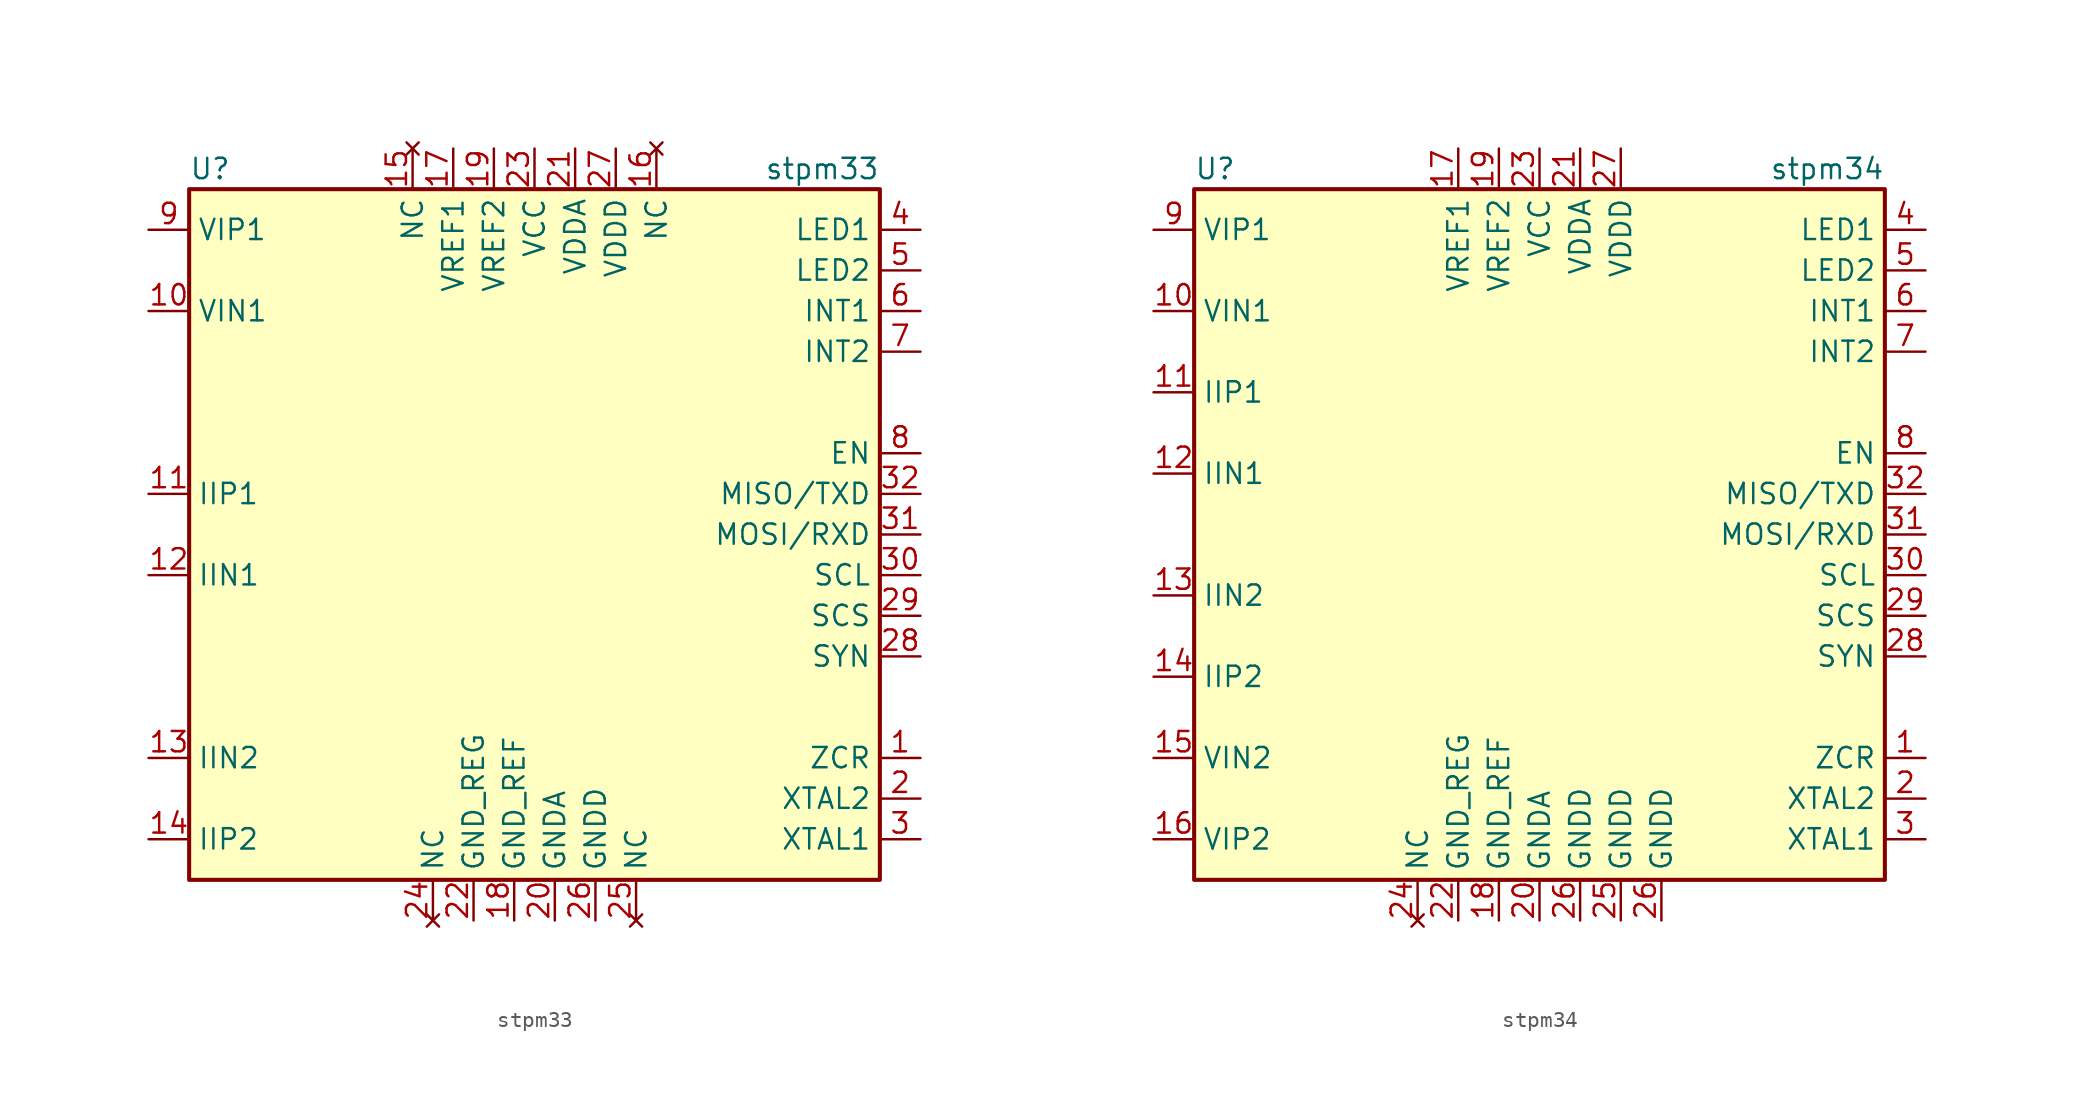
<source format=kicad_sym>
(kicad_symbol_lib
  (version 20201005)
  (generator kicad_symbol_editor)
  (symbol "stpm33"
    (property "Reference" "U"
      (at -21.59 22.86 0)
      (effects (font (size 1.27 1.27)) (justify left)))
    (property "Value" "stpm33"
      (at 21.59 22.86 0)
      (effects (font (size 1.27 1.27)) (justify right)))
    (symbol "stpm33_0_0"
      (rectangle (start -21.59 21.59) (end 21.59 -21.59) (stroke (width 0.254)) (fill (type background))))
    (symbol "stpm33_1_1"
      (pin input line (at 24.13 -13.97 180) (length 2.54) (name "ZCR" (effects (font (size 1.27 1.27)))) (number "1" (effects (font (size 1.27 1.27)))))
      (pin input line (at -24.13 13.97 0) (length 2.54) (name "VIN1" (effects (font (size 1.27 1.27)))) (number "10" (effects (font (size 1.27 1.27)))))
      (pin input line (at -24.13 2.54 0) (length 2.54) (name "IIP1" (effects (font (size 1.27 1.27)))) (number "11" (effects (font (size 1.27 1.27)))))
      (pin input line (at -24.13 -2.54 0) (length 2.54) (name "IIN1" (effects (font (size 1.27 1.27)))) (number "12" (effects (font (size 1.27 1.27)))))
      (pin input line (at -24.13 -13.97 0) (length 2.54) (name "IIN2" (effects (font (size 1.27 1.27)))) (number "13" (effects (font (size 1.27 1.27)))))
      (pin input line (at -24.13 -19.05 0) (length 2.54) (name "IIP2" (effects (font (size 1.27 1.27)))) (number "14" (effects (font (size 1.27 1.27)))))
      (pin no_connect line (at -7.62 24.13 270) (length 2.54) (name "NC" (effects (font (size 1.27 1.27)))) (number "15" (effects (font (size 1.27 1.27)))))
      (pin no_connect line (at 7.62 24.13 270) (length 2.54) (name "NC" (effects (font (size 1.27 1.27)))) (number "16" (effects (font (size 1.27 1.27)))))
      (pin input line (at -5.08 24.13 270) (length 2.54) (name "VREF1" (effects (font (size 1.27 1.27)))) (number "17" (effects (font (size 1.27 1.27)))))
      (pin power_out line (at -1.27 -24.13 90) (length 2.54) (name "GND_REF" (effects (font (size 1.27 1.27)))) (number "18" (effects (font (size 1.27 1.27)))))
      (pin input line (at -2.54 24.13 270) (length 2.54) (name "VREF2" (effects (font (size 1.27 1.27)))) (number "19" (effects (font (size 1.27 1.27)))))
      (pin input line (at 24.13 -16.51 180) (length 2.54) (name "XTAL2" (effects (font (size 1.27 1.27)))) (number "2" (effects (font (size 1.27 1.27)))))
      (pin power_out line (at 1.27 -24.13 90) (length 2.54) (name "GNDA" (effects (font (size 1.27 1.27)))) (number "20" (effects (font (size 1.27 1.27)))))
      (pin power_in line (at 2.54 24.13 270) (length 2.54) (name "VDDA" (effects (font (size 1.27 1.27)))) (number "21" (effects (font (size 1.27 1.27)))))
      (pin power_out line (at -3.81 -24.13 90) (length 2.54) (name "GND_REG" (effects (font (size 1.27 1.27)))) (number "22" (effects (font (size 1.27 1.27)))))
      (pin power_in line (at 0 24.13 270) (length 2.54) (name "VCC" (effects (font (size 1.27 1.27)))) (number "23" (effects (font (size 1.27 1.27)))))
      (pin no_connect line (at -6.35 -24.13 90) (length 2.54) (name "NC" (effects (font (size 1.27 1.27)))) (number "24" (effects (font (size 1.27 1.27)))))
      (pin no_connect line (at 6.35 -24.13 90) (length 2.54) (name "NC" (effects (font (size 1.27 1.27)))) (number "25" (effects (font (size 1.27 1.27)))))
      (pin power_out line (at 3.81 -24.13 90) (length 2.54) (name "GNDD" (effects (font (size 1.27 1.27)))) (number "26" (effects (font (size 1.27 1.27)))))
      (pin power_in line (at 5.08 24.13 270) (length 2.54) (name "VDDD" (effects (font (size 1.27 1.27)))) (number "27" (effects (font (size 1.27 1.27)))))
      (pin input line (at 24.13 -7.62 180) (length 2.54) (name "SYN" (effects (font (size 1.27 1.27)))) (number "28" (effects (font (size 1.27 1.27)))))
      (pin input line (at 24.13 -5.08 180) (length 2.54) (name "SCS" (effects (font (size 1.27 1.27)))) (number "29" (effects (font (size 1.27 1.27)))))
      (pin input line (at 24.13 -19.05 180) (length 2.54) (name "XTAL1" (effects (font (size 1.27 1.27)))) (number "3" (effects (font (size 1.27 1.27)))))
      (pin input line (at 24.13 -2.54 180) (length 2.54) (name "SCL" (effects (font (size 1.27 1.27)))) (number "30" (effects (font (size 1.27 1.27)))))
      (pin input line (at 24.13 0 180) (length 2.54) (name "MOSI/RXD" (effects (font (size 1.27 1.27)))) (number "31" (effects (font (size 1.27 1.27)))))
      (pin output line (at 24.13 2.54 180) (length 2.54) (name "MISO/TXD" (effects (font (size 1.27 1.27)))) (number "32" (effects (font (size 1.27 1.27)))))
      (pin output line (at 24.13 19.05 180) (length 2.54) (name "LED1" (effects (font (size 1.27 1.27)))) (number "4" (effects (font (size 1.27 1.27)))))
      (pin output line (at 24.13 16.51 180) (length 2.54) (name "LED2" (effects (font (size 1.27 1.27)))) (number "5" (effects (font (size 1.27 1.27)))))
      (pin output line (at 24.13 13.97 180) (length 2.54) (name "INT1" (effects (font (size 1.27 1.27)))) (number "6" (effects (font (size 1.27 1.27)))))
      (pin output line (at 24.13 11.43 180) (length 2.54) (name "INT2" (effects (font (size 1.27 1.27)))) (number "7" (effects (font (size 1.27 1.27)))))
      (pin input line (at 24.13 5.08 180) (length 2.54) (name "EN" (effects (font (size 1.27 1.27)))) (number "8" (effects (font (size 1.27 1.27)))))
      (pin input line (at -24.13 19.05 0) (length 2.54) (name "VIP1" (effects (font (size 1.27 1.27)))) (number "9" (effects (font (size 1.27 1.27)))))))
  (symbol "stpm34"
    (property "Reference" "U"
      (at -21.59 22.86 0)
      (effects (font (size 1.27 1.27)) (justify left)))
    (property "Value" "stpm34"
      (at 21.59 22.86 0)
      (effects (font (size 1.27 1.27)) (justify right)))
    (symbol "stpm34_1_1"
      (rectangle (start -21.59 21.59) (end 21.59 -21.59) (stroke (width 0.254)) (fill (type background)))
      (pin input line (at 24.13 -13.97 180) (length 2.54) (name "ZCR" (effects (font (size 1.27 1.27)))) (number "1" (effects (font (size 1.27 1.27)))))
      (pin input line (at -24.13 13.97 0) (length 2.54) (name "VIN1" (effects (font (size 1.27 1.27)))) (number "10" (effects (font (size 1.27 1.27)))))
      (pin input line (at -24.13 8.89 0) (length 2.54) (name "IIP1" (effects (font (size 1.27 1.27)))) (number "11" (effects (font (size 1.27 1.27)))))
      (pin input line (at -24.13 3.81 0) (length 2.54) (name "IIN1" (effects (font (size 1.27 1.27)))) (number "12" (effects (font (size 1.27 1.27)))))
      (pin input line (at -24.13 -3.81 0) (length 2.54) (name "IIN2" (effects (font (size 1.27 1.27)))) (number "13" (effects (font (size 1.27 1.27)))))
      (pin input line (at -24.13 -8.89 0) (length 2.54) (name "IIP2" (effects (font (size 1.27 1.27)))) (number "14" (effects (font (size 1.27 1.27)))))
      (pin input line (at -24.13 -13.97 0) (length 2.54) (name "VIN2" (effects (font (size 1.27 1.27)))) (number "15" (effects (font (size 1.27 1.27)))))
      (pin input line (at -24.13 -19.05 0) (length 2.54) (name "VIP2" (effects (font (size 1.27 1.27)))) (number "16" (effects (font (size 1.27 1.27)))))
      (pin input line (at -5.08 24.13 270) (length 2.54) (name "VREF1" (effects (font (size 1.27 1.27)))) (number "17" (effects (font (size 1.27 1.27)))))
      (pin power_out line (at -2.54 -24.13 90) (length 2.54) (name "GND_REF" (effects (font (size 1.27 1.27)))) (number "18" (effects (font (size 1.27 1.27)))))
      (pin input line (at -2.54 24.13 270) (length 2.54) (name "VREF2" (effects (font (size 1.27 1.27)))) (number "19" (effects (font (size 1.27 1.27)))))
      (pin input line (at 24.13 -16.51 180) (length 2.54) (name "XTAL2" (effects (font (size 1.27 1.27)))) (number "2" (effects (font (size 1.27 1.27)))))
      (pin power_out line (at 0 -24.13 90) (length 2.54) (name "GNDA" (effects (font (size 1.27 1.27)))) (number "20" (effects (font (size 1.27 1.27)))))
      (pin power_in line (at 2.54 24.13 270) (length 2.54) (name "VDDA" (effects (font (size 1.27 1.27)))) (number "21" (effects (font (size 1.27 1.27)))))
      (pin power_out line (at -5.08 -24.13 90) (length 2.54) (name "GND_REG" (effects (font (size 1.27 1.27)))) (number "22" (effects (font (size 1.27 1.27)))))
      (pin power_in line (at 0 24.13 270) (length 2.54) (name "VCC" (effects (font (size 1.27 1.27)))) (number "23" (effects (font (size 1.27 1.27)))))
      (pin no_connect line (at -7.62 -24.13 90) (length 2.54) (name "NC" (effects (font (size 1.27 1.27)))) (number "24" (effects (font (size 1.27 1.27)))))
      (pin input line (at 5.08 -24.13 90) (length 2.54) (name "GNDD" (effects (font (size 1.27 1.27)))) (number "25" (effects (font (size 1.27 1.27)))))
      (pin power_out line (at 2.54 -24.13 90) (length 2.54) (name "GNDD" (effects (font (size 1.27 1.27)))) (number "26" (effects (font (size 1.27 1.27)))))
      (pin input line (at 7.62 -24.13 90) (length 2.54) (name "GNDD" (effects (font (size 1.27 1.27)))) (number "26" (effects (font (size 1.27 1.27)))))
      (pin power_in line (at 5.08 24.13 270) (length 2.54) (name "VDDD" (effects (font (size 1.27 1.27)))) (number "27" (effects (font (size 1.27 1.27)))))
      (pin input line (at 24.13 -7.62 180) (length 2.54) (name "SYN" (effects (font (size 1.27 1.27)))) (number "28" (effects (font (size 1.27 1.27)))))
      (pin input line (at 24.13 -5.08 180) (length 2.54) (name "SCS" (effects (font (size 1.27 1.27)))) (number "29" (effects (font (size 1.27 1.27)))))
      (pin input line (at 24.13 -19.05 180) (length 2.54) (name "XTAL1" (effects (font (size 1.27 1.27)))) (number "3" (effects (font (size 1.27 1.27)))))
      (pin input line (at 24.13 -2.54 180) (length 2.54) (name "SCL" (effects (font (size 1.27 1.27)))) (number "30" (effects (font (size 1.27 1.27)))))
      (pin input line (at 24.13 0 180) (length 2.54) (name "MOSI/RXD" (effects (font (size 1.27 1.27)))) (number "31" (effects (font (size 1.27 1.27)))))
      (pin output line (at 24.13 2.54 180) (length 2.54) (name "MISO/TXD" (effects (font (size 1.27 1.27)))) (number "32" (effects (font (size 1.27 1.27)))))
      (pin output line (at 24.13 19.05 180) (length 2.54) (name "LED1" (effects (font (size 1.27 1.27)))) (number "4" (effects (font (size 1.27 1.27)))))
      (pin output line (at 24.13 16.51 180) (length 2.54) (name "LED2" (effects (font (size 1.27 1.27)))) (number "5" (effects (font (size 1.27 1.27)))))
      (pin output line (at 24.13 13.97 180) (length 2.54) (name "INT1" (effects (font (size 1.27 1.27)))) (number "6" (effects (font (size 1.27 1.27)))))
      (pin output line (at 24.13 11.43 180) (length 2.54) (name "INT2" (effects (font (size 1.27 1.27)))) (number "7" (effects (font (size 1.27 1.27)))))
      (pin input line (at 24.13 5.08 180) (length 2.54) (name "EN" (effects (font (size 1.27 1.27)))) (number "8" (effects (font (size 1.27 1.27)))))
      (pin input line (at -24.13 19.05 0) (length 2.54) (name "VIP1" (effects (font (size 1.27 1.27)))) (number "9" (effects (font (size 1.27 1.27))))))))
</source>
